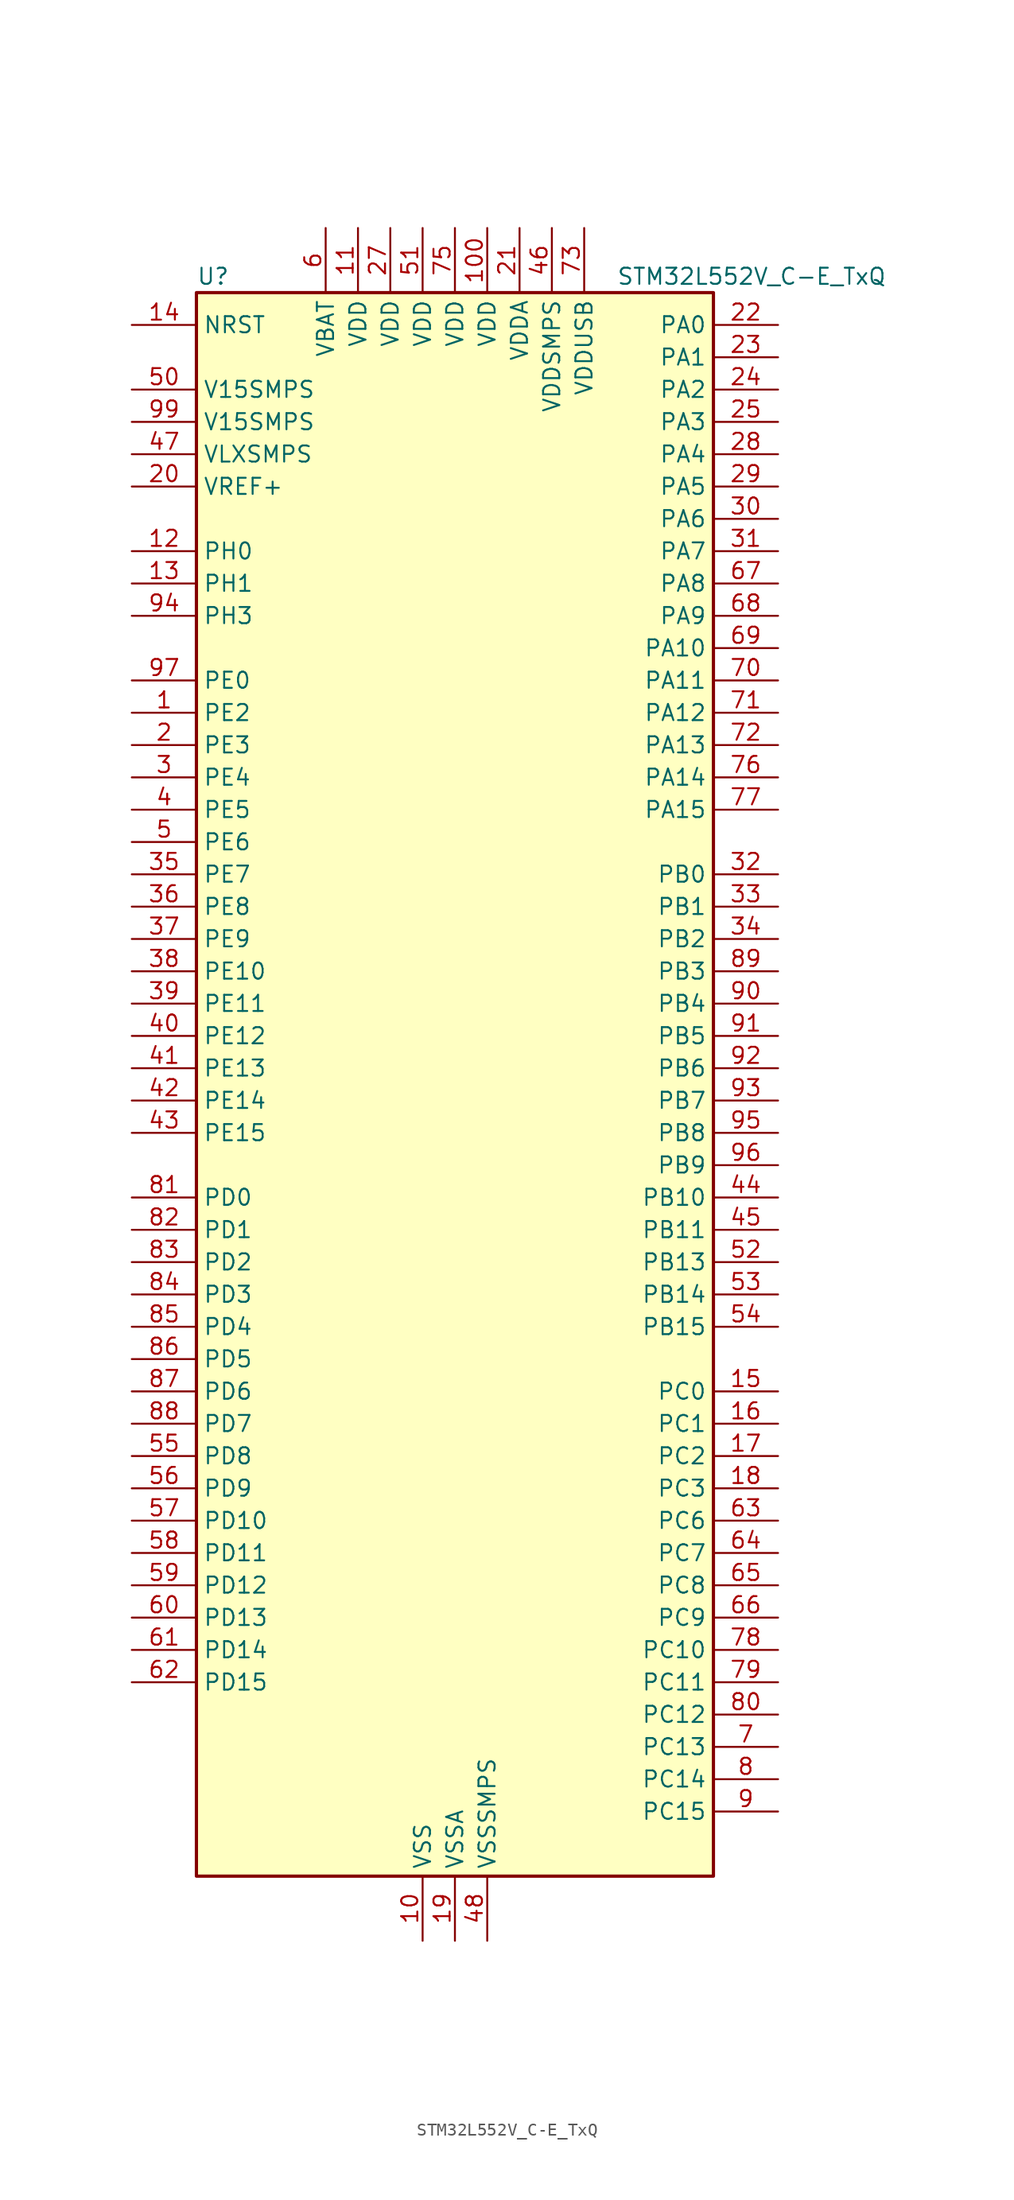
<source format=kicad_sym>
(kicad_symbol_lib
  (version 20231120)
  (generator "kicad_symbol_editor")
  (generator_version "8.0")
  (symbol "STM32L552V_C-E_TxQ"
    (property "Reference" "U"
      (at -20.32 64.77 0)
      (effects (font (size 1.27 1.27)) (justify left)))
    (property "Value" "STM32L552V_C-E_TxQ"
      (at 12.7 64.77 0)
      (effects (font (size 1.27 1.27)) (justify left)))
    (property "ki_locked" ""
      (at 0 0 0)
      (effects (font (size 1.27 1.27))))
    (symbol "STM32L552V_C-E_TxQ_0_1"
      (rectangle (start -20.32 -60.96) (end 20.32 63.5) (stroke (width 0.254) (type default)) (fill (type background))))
    (symbol "STM32L552V_C-E_TxQ_1_1"
      (pin bidirectional line (at -25.4 30.48 0) (length 5.08) (name "PE2" (effects (font (size 1.27 1.27)))) (number "1" (effects (font (size 1.27 1.27)))) (alternate "DEBUG_TRACECLK" bidirectional line) (alternate "FMC_A23" bidirectional line) (alternate "SAI1_CK1" bidirectional line) (alternate "SAI1_MCLK_A" bidirectional line) (alternate "TIM3_ETR" bidirectional line) (alternate "TSC_G7_IO1" bidirectional line))
      (pin power_in line (at -2.54 -66.04 90) (length 5.08) (name "VSS" (effects (font (size 1.27 1.27)))) (number "10" (effects (font (size 1.27 1.27)))))
      (pin power_in line (at 2.54 68.58 270) (length 5.08) (name "VDD" (effects (font (size 1.27 1.27)))) (number "100" (effects (font (size 1.27 1.27)))))
      (pin power_in line (at -7.62 68.58 270) (length 5.08) (name "VDD" (effects (font (size 1.27 1.27)))) (number "11" (effects (font (size 1.27 1.27)))))
      (pin bidirectional line (at -25.4 43.18 0) (length 5.08) (name "PH0" (effects (font (size 1.27 1.27)))) (number "12" (effects (font (size 1.27 1.27)))) (alternate "RCC_OSC_IN" bidirectional line))
      (pin bidirectional line (at -25.4 40.64 0) (length 5.08) (name "PH1" (effects (font (size 1.27 1.27)))) (number "13" (effects (font (size 1.27 1.27)))) (alternate "RCC_OSC_OUT" bidirectional line))
      (pin input line (at -25.4 60.96 0) (length 5.08) (name "NRST" (effects (font (size 1.27 1.27)))) (number "14" (effects (font (size 1.27 1.27)))))
      (pin bidirectional line (at 25.4 -22.86 180) (length 5.08) (name "PC0" (effects (font (size 1.27 1.27)))) (number "15" (effects (font (size 1.27 1.27)))) (alternate "ADC1_IN1" bidirectional line) (alternate "ADC2_IN1" bidirectional line) (alternate "I2C3_SCL" bidirectional line) (alternate "LPTIM1_IN1" bidirectional line) (alternate "LPTIM2_IN1" bidirectional line) (alternate "LPUART1_RX" bidirectional line) (alternate "OCTOSPI1_IO7" bidirectional line) (alternate "SAI2_FS_A" bidirectional line) (alternate "SDMMC1_D5" bidirectional line))
      (pin bidirectional line (at 25.4 -25.4 180) (length 5.08) (name "PC1" (effects (font (size 1.27 1.27)))) (number "16" (effects (font (size 1.27 1.27)))) (alternate "ADC1_IN2" bidirectional line) (alternate "ADC2_IN2" bidirectional line) (alternate "DEBUG_TRACED0" bidirectional line) (alternate "I2C3_SDA" bidirectional line) (alternate "LPTIM1_OUT" bidirectional line) (alternate "LPUART1_TX" bidirectional line) (alternate "OCTOSPI1_IO4" bidirectional line) (alternate "SAI1_SD_A" bidirectional line) (alternate "SPI2_MOSI" bidirectional line))
      (pin bidirectional line (at 25.4 -27.94 180) (length 5.08) (name "PC2" (effects (font (size 1.27 1.27)))) (number "17" (effects (font (size 1.27 1.27)))) (alternate "ADC1_IN3" bidirectional line) (alternate "ADC2_IN3" bidirectional line) (alternate "DFSDM1_CKOUT" bidirectional line) (alternate "LPTIM1_IN2" bidirectional line) (alternate "OCTOSPI1_IO5" bidirectional line) (alternate "SPI2_MISO" bidirectional line))
      (pin bidirectional line (at 25.4 -30.48 180) (length 5.08) (name "PC3" (effects (font (size 1.27 1.27)))) (number "18" (effects (font (size 1.27 1.27)))) (alternate "ADC1_IN4" bidirectional line) (alternate "ADC2_IN4" bidirectional line) (alternate "LPTIM1_ETR" bidirectional line) (alternate "LPTIM2_ETR" bidirectional line) (alternate "LPTIM3_OUT" bidirectional line) (alternate "OCTOSPI1_IO6" bidirectional line) (alternate "SAI1_D1" bidirectional line) (alternate "SAI1_SD_A" bidirectional line) (alternate "SPI2_MOSI" bidirectional line))
      (pin power_in line (at 0 -66.04 90) (length 5.08) (name "VSSA" (effects (font (size 1.27 1.27)))) (number "19" (effects (font (size 1.27 1.27)))))
      (pin bidirectional line (at -25.4 27.94 0) (length 5.08) (name "PE3" (effects (font (size 1.27 1.27)))) (number "2" (effects (font (size 1.27 1.27)))) (alternate "DEBUG_TRACED0" bidirectional line) (alternate "FMC_A19" bidirectional line) (alternate "OCTOSPI1_DQS" bidirectional line) (alternate "SAI1_SD_B" bidirectional line) (alternate "TIM3_CH1" bidirectional line) (alternate "TSC_G7_IO2" bidirectional line))
      (pin input line (at -25.4 48.26 0) (length 5.08) (name "VREF+" (effects (font (size 1.27 1.27)))) (number "20" (effects (font (size 1.27 1.27)))) (alternate "VREFBUF_OUT" bidirectional line))
      (pin power_in line (at 5.08 68.58 270) (length 5.08) (name "VDDA" (effects (font (size 1.27 1.27)))) (number "21" (effects (font (size 1.27 1.27)))))
      (pin bidirectional line (at 25.4 60.96 180) (length 5.08) (name "PA0" (effects (font (size 1.27 1.27)))) (number "22" (effects (font (size 1.27 1.27)))) (alternate "ADC1_IN5" bidirectional line) (alternate "ADC2_IN5" bidirectional line) (alternate "OPAMP1_VINP" bidirectional line) (alternate "PWR_WKUP1" bidirectional line) (alternate "SAI1_EXTCLK" bidirectional line) (alternate "TAMP_IN2" bidirectional line) (alternate "TAMP_OUT1" bidirectional line) (alternate "TIM2_CH1" bidirectional line) (alternate "TIM2_ETR" bidirectional line) (alternate "TIM5_CH1" bidirectional line) (alternate "TIM8_ETR" bidirectional line) (alternate "UART4_TX" bidirectional line) (alternate "USART2_CTS" bidirectional line) (alternate "USART2_NSS" bidirectional line))
      (pin bidirectional line (at 25.4 58.42 180) (length 5.08) (name "PA1" (effects (font (size 1.27 1.27)))) (number "23" (effects (font (size 1.27 1.27)))) (alternate "ADC1_IN6" bidirectional line) (alternate "ADC2_IN6" bidirectional line) (alternate "I2C1_SMBA" bidirectional line) (alternate "OCTOSPI1_DQS" bidirectional line) (alternate "OPAMP1_VINM" bidirectional line) (alternate "SPI1_SCK" bidirectional line) (alternate "TAMP_IN5" bidirectional line) (alternate "TAMP_OUT4" bidirectional line) (alternate "TIM15_CH1N" bidirectional line) (alternate "TIM2_CH2" bidirectional line) (alternate "TIM5_CH2" bidirectional line) (alternate "UART4_RX" bidirectional line) (alternate "USART2_DE" bidirectional line) (alternate "USART2_RTS" bidirectional line))
      (pin bidirectional line (at 25.4 55.88 180) (length 5.08) (name "PA2" (effects (font (size 1.27 1.27)))) (number "24" (effects (font (size 1.27 1.27)))) (alternate "ADC1_IN7" bidirectional line) (alternate "ADC2_IN7" bidirectional line) (alternate "COMP1_INP" bidirectional line) (alternate "LPUART1_TX" bidirectional line) (alternate "OCTOSPI1_NCS" bidirectional line) (alternate "PWR_WKUP4" bidirectional line) (alternate "RCC_LSCO" bidirectional line) (alternate "SAI2_EXTCLK" bidirectional line) (alternate "TIM15_CH1" bidirectional line) (alternate "TIM2_CH3" bidirectional line) (alternate "TIM5_CH3" bidirectional line) (alternate "UCPD1_FRSTX1" bidirectional line) (alternate "USART2_TX" bidirectional line))
      (pin bidirectional line (at 25.4 53.34 180) (length 5.08) (name "PA3" (effects (font (size 1.27 1.27)))) (number "25" (effects (font (size 1.27 1.27)))) (alternate "ADC1_IN8" bidirectional line) (alternate "ADC2_IN8" bidirectional line) (alternate "LPUART1_RX" bidirectional line) (alternate "OCTOSPI1_CLK" bidirectional line) (alternate "OPAMP1_VOUT" bidirectional line) (alternate "SAI1_CK1" bidirectional line) (alternate "SAI1_MCLK_A" bidirectional line) (alternate "TIM15_CH2" bidirectional line) (alternate "TIM2_CH4" bidirectional line) (alternate "TIM5_CH4" bidirectional line) (alternate "USART2_RX" bidirectional line))
      (pin passive line (at -2.54 -66.04 90) (length 5.08) hide (name "VSS" (effects (font (size 1.27 1.27)))) (number "26" (effects (font (size 1.27 1.27)))))
      (pin power_in line (at -5.08 68.58 270) (length 5.08) (name "VDD" (effects (font (size 1.27 1.27)))) (number "27" (effects (font (size 1.27 1.27)))))
      (pin bidirectional line (at 25.4 50.8 180) (length 5.08) (name "PA4" (effects (font (size 1.27 1.27)))) (number "28" (effects (font (size 1.27 1.27)))) (alternate "ADC1_IN9" bidirectional line) (alternate "ADC2_IN9" bidirectional line) (alternate "DAC1_OUT1" bidirectional line) (alternate "LPTIM2_OUT" bidirectional line) (alternate "OCTOSPI1_NCS" bidirectional line) (alternate "SAI1_FS_B" bidirectional line) (alternate "SPI1_NSS" bidirectional line) (alternate "SPI3_NSS" bidirectional line) (alternate "USART2_CK" bidirectional line))
      (pin bidirectional line (at 25.4 48.26 180) (length 5.08) (name "PA5" (effects (font (size 1.27 1.27)))) (number "29" (effects (font (size 1.27 1.27)))) (alternate "ADC1_IN10" bidirectional line) (alternate "ADC2_IN10" bidirectional line) (alternate "DAC1_OUT2" bidirectional line) (alternate "LPTIM2_ETR" bidirectional line) (alternate "SPI1_SCK" bidirectional line) (alternate "TIM2_CH1" bidirectional line) (alternate "TIM2_ETR" bidirectional line) (alternate "TIM8_CH1N" bidirectional line))
      (pin bidirectional line (at -25.4 25.4 0) (length 5.08) (name "PE4" (effects (font (size 1.27 1.27)))) (number "3" (effects (font (size 1.27 1.27)))) (alternate "DEBUG_TRACED1" bidirectional line) (alternate "DFSDM1_DATIN3" bidirectional line) (alternate "FMC_A20" bidirectional line) (alternate "SAI1_D2" bidirectional line) (alternate "SAI1_FS_A" bidirectional line) (alternate "TIM3_CH2" bidirectional line) (alternate "TSC_G7_IO3" bidirectional line))
      (pin bidirectional line (at 25.4 45.72 180) (length 5.08) (name "PA6" (effects (font (size 1.27 1.27)))) (number "30" (effects (font (size 1.27 1.27)))) (alternate "ADC1_IN11" bidirectional line) (alternate "ADC2_IN11" bidirectional line) (alternate "LPUART1_CTS" bidirectional line) (alternate "OCTOSPI1_IO3" bidirectional line) (alternate "OPAMP2_VINP" bidirectional line) (alternate "SPI1_MISO" bidirectional line) (alternate "TIM16_CH1" bidirectional line) (alternate "TIM1_BKIN" bidirectional line) (alternate "TIM3_CH1" bidirectional line) (alternate "TIM8_BKIN" bidirectional line) (alternate "USART3_CTS" bidirectional line) (alternate "USART3_NSS" bidirectional line))
      (pin bidirectional line (at 25.4 43.18 180) (length 5.08) (name "PA7" (effects (font (size 1.27 1.27)))) (number "31" (effects (font (size 1.27 1.27)))) (alternate "ADC1_IN12" bidirectional line) (alternate "ADC2_IN12" bidirectional line) (alternate "I2C3_SCL" bidirectional line) (alternate "OCTOSPI1_IO2" bidirectional line) (alternate "OPAMP2_VINM" bidirectional line) (alternate "SPI1_MOSI" bidirectional line) (alternate "TIM17_CH1" bidirectional line) (alternate "TIM1_CH1N" bidirectional line) (alternate "TIM3_CH2" bidirectional line) (alternate "TIM8_CH1N" bidirectional line))
      (pin bidirectional line (at 25.4 17.78 180) (length 5.08) (name "PB0" (effects (font (size 1.27 1.27)))) (number "32" (effects (font (size 1.27 1.27)))) (alternate "ADC1_IN15" bidirectional line) (alternate "ADC2_IN15" bidirectional line) (alternate "COMP1_OUT" bidirectional line) (alternate "OCTOSPI1_IO1" bidirectional line) (alternate "OPAMP2_VOUT" bidirectional line) (alternate "SAI1_EXTCLK" bidirectional line) (alternate "SPI1_NSS" bidirectional line) (alternate "TIM1_CH2N" bidirectional line) (alternate "TIM3_CH3" bidirectional line) (alternate "TIM8_CH2N" bidirectional line) (alternate "USART3_CK" bidirectional line))
      (pin bidirectional line (at 25.4 15.24 180) (length 5.08) (name "PB1" (effects (font (size 1.27 1.27)))) (number "33" (effects (font (size 1.27 1.27)))) (alternate "ADC1_IN16" bidirectional line) (alternate "ADC2_IN16" bidirectional line) (alternate "COMP1_INM" bidirectional line) (alternate "DFSDM1_DATIN0" bidirectional line) (alternate "LPTIM2_IN1" bidirectional line) (alternate "LPUART1_DE" bidirectional line) (alternate "LPUART1_RTS" bidirectional line) (alternate "OCTOSPI1_IO0" bidirectional line) (alternate "TIM1_CH3N" bidirectional line) (alternate "TIM3_CH4" bidirectional line) (alternate "TIM8_CH3N" bidirectional line) (alternate "USART3_DE" bidirectional line) (alternate "USART3_RTS" bidirectional line))
      (pin bidirectional line (at 25.4 12.7 180) (length 5.08) (name "PB2" (effects (font (size 1.27 1.27)))) (number "34" (effects (font (size 1.27 1.27)))) (alternate "COMP1_INP" bidirectional line) (alternate "DFSDM1_CKIN0" bidirectional line) (alternate "I2C3_SMBA" bidirectional line) (alternate "LPTIM1_OUT" bidirectional line) (alternate "OCTOSPI1_DQS" bidirectional line) (alternate "RTC_OUT2" bidirectional line) (alternate "UCPD1_FRSTX1" bidirectional line))
      (pin bidirectional line (at -25.4 17.78 0) (length 5.08) (name "PE7" (effects (font (size 1.27 1.27)))) (number "35" (effects (font (size 1.27 1.27)))) (alternate "DFSDM1_DATIN2" bidirectional line) (alternate "FMC_D4" bidirectional line) (alternate "FMC_DA4" bidirectional line) (alternate "SAI1_SD_B" bidirectional line) (alternate "TIM1_ETR" bidirectional line))
      (pin bidirectional line (at -25.4 15.24 0) (length 5.08) (name "PE8" (effects (font (size 1.27 1.27)))) (number "36" (effects (font (size 1.27 1.27)))) (alternate "DFSDM1_CKIN2" bidirectional line) (alternate "FMC_D5" bidirectional line) (alternate "FMC_DA5" bidirectional line) (alternate "SAI1_SCK_B" bidirectional line) (alternate "TIM1_CH1N" bidirectional line))
      (pin bidirectional line (at -25.4 12.7 0) (length 5.08) (name "PE9" (effects (font (size 1.27 1.27)))) (number "37" (effects (font (size 1.27 1.27)))) (alternate "DAC1_EXTI9" bidirectional line) (alternate "DFSDM1_CKOUT" bidirectional line) (alternate "FMC_D6" bidirectional line) (alternate "FMC_DA6" bidirectional line) (alternate "OCTOSPI1_NCLK" bidirectional line) (alternate "SAI1_FS_B" bidirectional line) (alternate "TIM1_CH1" bidirectional line))
      (pin bidirectional line (at -25.4 10.16 0) (length 5.08) (name "PE10" (effects (font (size 1.27 1.27)))) (number "38" (effects (font (size 1.27 1.27)))) (alternate "FMC_D7" bidirectional line) (alternate "FMC_DA7" bidirectional line) (alternate "OCTOSPI1_CLK" bidirectional line) (alternate "SAI1_MCLK_B" bidirectional line) (alternate "TIM1_CH2N" bidirectional line) (alternate "TSC_G5_IO1" bidirectional line))
      (pin bidirectional line (at -25.4 7.62 0) (length 5.08) (name "PE11" (effects (font (size 1.27 1.27)))) (number "39" (effects (font (size 1.27 1.27)))) (alternate "ADC1_EXTI11" bidirectional line) (alternate "ADC2_EXTI11" bidirectional line) (alternate "FMC_D8" bidirectional line) (alternate "FMC_DA8" bidirectional line) (alternate "OCTOSPI1_NCS" bidirectional line) (alternate "TIM1_CH2" bidirectional line) (alternate "TSC_G5_IO2" bidirectional line))
      (pin bidirectional line (at -25.4 22.86 0) (length 5.08) (name "PE5" (effects (font (size 1.27 1.27)))) (number "4" (effects (font (size 1.27 1.27)))) (alternate "DEBUG_TRACED2" bidirectional line) (alternate "DFSDM1_CKIN3" bidirectional line) (alternate "FMC_A21" bidirectional line) (alternate "SAI1_CK2" bidirectional line) (alternate "SAI1_SCK_A" bidirectional line) (alternate "TIM3_CH3" bidirectional line) (alternate "TSC_G7_IO4" bidirectional line))
      (pin bidirectional line (at -25.4 5.08 0) (length 5.08) (name "PE12" (effects (font (size 1.27 1.27)))) (number "40" (effects (font (size 1.27 1.27)))) (alternate "FMC_D9" bidirectional line) (alternate "FMC_DA9" bidirectional line) (alternate "OCTOSPI1_IO0" bidirectional line) (alternate "SPI1_NSS" bidirectional line) (alternate "TIM1_CH3N" bidirectional line) (alternate "TSC_G5_IO3" bidirectional line))
      (pin bidirectional line (at -25.4 2.54 0) (length 5.08) (name "PE13" (effects (font (size 1.27 1.27)))) (number "41" (effects (font (size 1.27 1.27)))) (alternate "FMC_D10" bidirectional line) (alternate "FMC_DA10" bidirectional line) (alternate "OCTOSPI1_IO1" bidirectional line) (alternate "SPI1_SCK" bidirectional line) (alternate "TIM1_CH3" bidirectional line) (alternate "TSC_G5_IO4" bidirectional line))
      (pin bidirectional line (at -25.4 0 0) (length 5.08) (name "PE14" (effects (font (size 1.27 1.27)))) (number "42" (effects (font (size 1.27 1.27)))) (alternate "FMC_D11" bidirectional line) (alternate "FMC_DA11" bidirectional line) (alternate "OCTOSPI1_IO2" bidirectional line) (alternate "SPI1_MISO" bidirectional line) (alternate "TIM1_BKIN2" bidirectional line) (alternate "TIM1_CH4" bidirectional line))
      (pin bidirectional line (at -25.4 -2.54 0) (length 5.08) (name "PE15" (effects (font (size 1.27 1.27)))) (number "43" (effects (font (size 1.27 1.27)))) (alternate "ADC1_EXTI15" bidirectional line) (alternate "ADC2_EXTI15" bidirectional line) (alternate "FMC_D12" bidirectional line) (alternate "FMC_DA12" bidirectional line) (alternate "OCTOSPI1_IO3" bidirectional line) (alternate "SPI1_MOSI" bidirectional line) (alternate "TIM1_BKIN" bidirectional line))
      (pin bidirectional line (at 25.4 -7.62 180) (length 5.08) (name "PB10" (effects (font (size 1.27 1.27)))) (number "44" (effects (font (size 1.27 1.27)))) (alternate "COMP1_OUT" bidirectional line) (alternate "I2C2_SCL" bidirectional line) (alternate "I2C4_SCL" bidirectional line) (alternate "LPTIM3_OUT" bidirectional line) (alternate "LPUART1_RX" bidirectional line) (alternate "OCTOSPI1_CLK" bidirectional line) (alternate "SAI1_SCK_A" bidirectional line) (alternate "SPI2_SCK" bidirectional line) (alternate "TIM2_CH3" bidirectional line) (alternate "TSC_SYNC" bidirectional line) (alternate "USART3_TX" bidirectional line))
      (pin bidirectional line (at 25.4 -10.16 180) (length 5.08) (name "PB11" (effects (font (size 1.27 1.27)))) (number "45" (effects (font (size 1.27 1.27)))) (alternate "ADC1_EXTI11" bidirectional line) (alternate "ADC2_EXTI11" bidirectional line) (alternate "COMP2_OUT" bidirectional line) (alternate "I2C2_SDA" bidirectional line) (alternate "I2C4_SDA" bidirectional line) (alternate "LPUART1_TX" bidirectional line) (alternate "OCTOSPI1_NCS" bidirectional line) (alternate "TIM2_CH4" bidirectional line) (alternate "USART3_RX" bidirectional line))
      (pin power_in line (at 7.62 68.58 270) (length 5.08) (name "VDDSMPS" (effects (font (size 1.27 1.27)))) (number "46" (effects (font (size 1.27 1.27)))))
      (pin power_in line (at -25.4 50.8 0) (length 5.08) (name "VLXSMPS" (effects (font (size 1.27 1.27)))) (number "47" (effects (font (size 1.27 1.27)))))
      (pin power_in line (at 2.54 -66.04 90) (length 5.08) (name "VSSSMPS" (effects (font (size 1.27 1.27)))) (number "48" (effects (font (size 1.27 1.27)))))
      (pin passive line (at -2.54 -66.04 90) (length 5.08) hide (name "VSS" (effects (font (size 1.27 1.27)))) (number "49" (effects (font (size 1.27 1.27)))))
      (pin bidirectional line (at -25.4 20.32 0) (length 5.08) (name "PE6" (effects (font (size 1.27 1.27)))) (number "5" (effects (font (size 1.27 1.27)))) (alternate "DEBUG_TRACED3" bidirectional line) (alternate "FMC_A22" bidirectional line) (alternate "PWR_WKUP3" bidirectional line) (alternate "SAI1_D1" bidirectional line) (alternate "SAI1_SD_A" bidirectional line) (alternate "TAMP_IN3" bidirectional line) (alternate "TAMP_OUT6" bidirectional line) (alternate "TIM3_CH4" bidirectional line))
      (pin power_in line (at -25.4 55.88 0) (length 5.08) (name "V15SMPS" (effects (font (size 1.27 1.27)))) (number "50" (effects (font (size 1.27 1.27)))))
      (pin power_in line (at -2.54 68.58 270) (length 5.08) (name "VDD" (effects (font (size 1.27 1.27)))) (number "51" (effects (font (size 1.27 1.27)))))
      (pin bidirectional line (at 25.4 -12.7 180) (length 5.08) (name "PB13" (effects (font (size 1.27 1.27)))) (number "52" (effects (font (size 1.27 1.27)))) (alternate "DFSDM1_CKIN1" bidirectional line) (alternate "I2C2_SCL" bidirectional line) (alternate "LPTIM3_IN1" bidirectional line) (alternate "LPUART1_CTS" bidirectional line) (alternate "SAI2_SCK_A" bidirectional line) (alternate "SPI2_SCK" bidirectional line) (alternate "TIM15_CH1N" bidirectional line) (alternate "TIM1_CH1N" bidirectional line) (alternate "TSC_G1_IO2" bidirectional line) (alternate "UCPD1_FRSTX2" bidirectional line) (alternate "USART3_CTS" bidirectional line) (alternate "USART3_NSS" bidirectional line))
      (pin bidirectional line (at 25.4 -15.24 180) (length 5.08) (name "PB14" (effects (font (size 1.27 1.27)))) (number "53" (effects (font (size 1.27 1.27)))) (alternate "DFSDM1_DATIN2" bidirectional line) (alternate "I2C2_SDA" bidirectional line) (alternate "LPTIM3_ETR" bidirectional line) (alternate "SAI2_MCLK_A" bidirectional line) (alternate "SPI2_MISO" bidirectional line) (alternate "TIM15_CH1" bidirectional line) (alternate "TIM1_CH2N" bidirectional line) (alternate "TIM8_CH2N" bidirectional line) (alternate "TSC_G1_IO3" bidirectional line) (alternate "UCPD1_DBCC2" bidirectional line) (alternate "USART3_DE" bidirectional line) (alternate "USART3_RTS" bidirectional line))
      (pin bidirectional line (at 25.4 -17.78 180) (length 5.08) (name "PB15" (effects (font (size 1.27 1.27)))) (number "54" (effects (font (size 1.27 1.27)))) (alternate "ADC1_EXTI15" bidirectional line) (alternate "ADC2_EXTI15" bidirectional line) (alternate "DFSDM1_CKIN2" bidirectional line) (alternate "RTC_REFIN" bidirectional line) (alternate "SAI2_SD_A" bidirectional line) (alternate "SPI2_MOSI" bidirectional line) (alternate "TIM15_CH2" bidirectional line) (alternate "TIM1_CH3N" bidirectional line) (alternate "TIM8_CH3N" bidirectional line) (alternate "UCPD1_CC2" bidirectional line))
      (pin bidirectional line (at -25.4 -27.94 0) (length 5.08) (name "PD8" (effects (font (size 1.27 1.27)))) (number "55" (effects (font (size 1.27 1.27)))) (alternate "FMC_D13" bidirectional line) (alternate "FMC_DA13" bidirectional line) (alternate "USART3_TX" bidirectional line))
      (pin bidirectional line (at -25.4 -30.48 0) (length 5.08) (name "PD9" (effects (font (size 1.27 1.27)))) (number "56" (effects (font (size 1.27 1.27)))) (alternate "DAC1_EXTI9" bidirectional line) (alternate "FMC_D14" bidirectional line) (alternate "FMC_DA14" bidirectional line) (alternate "SAI2_MCLK_A" bidirectional line) (alternate "USART3_RX" bidirectional line))
      (pin bidirectional line (at -25.4 -33.02 0) (length 5.08) (name "PD10" (effects (font (size 1.27 1.27)))) (number "57" (effects (font (size 1.27 1.27)))) (alternate "FMC_D15" bidirectional line) (alternate "FMC_DA15" bidirectional line) (alternate "SAI2_SCK_A" bidirectional line) (alternate "TSC_G6_IO1" bidirectional line) (alternate "USART3_CK" bidirectional line))
      (pin bidirectional line (at -25.4 -35.56 0) (length 5.08) (name "PD11" (effects (font (size 1.27 1.27)))) (number "58" (effects (font (size 1.27 1.27)))) (alternate "ADC1_EXTI11" bidirectional line) (alternate "ADC2_EXTI11" bidirectional line) (alternate "FMC_A16" bidirectional line) (alternate "FMC_CLE" bidirectional line) (alternate "I2C4_SMBA" bidirectional line) (alternate "LPTIM2_ETR" bidirectional line) (alternate "SAI2_SD_A" bidirectional line) (alternate "TSC_G6_IO2" bidirectional line) (alternate "USART3_CTS" bidirectional line) (alternate "USART3_NSS" bidirectional line))
      (pin bidirectional line (at -25.4 -38.1 0) (length 5.08) (name "PD12" (effects (font (size 1.27 1.27)))) (number "59" (effects (font (size 1.27 1.27)))) (alternate "FMC_A17" bidirectional line) (alternate "FMC_ALE" bidirectional line) (alternate "I2C4_SCL" bidirectional line) (alternate "LPTIM2_IN1" bidirectional line) (alternate "SAI2_FS_A" bidirectional line) (alternate "TIM4_CH1" bidirectional line) (alternate "TSC_G6_IO3" bidirectional line) (alternate "USART3_DE" bidirectional line) (alternate "USART3_RTS" bidirectional line))
      (pin power_in line (at -10.16 68.58 270) (length 5.08) (name "VBAT" (effects (font (size 1.27 1.27)))) (number "6" (effects (font (size 1.27 1.27)))))
      (pin bidirectional line (at -25.4 -40.64 0) (length 5.08) (name "PD13" (effects (font (size 1.27 1.27)))) (number "60" (effects (font (size 1.27 1.27)))) (alternate "FMC_A18" bidirectional line) (alternate "I2C4_SDA" bidirectional line) (alternate "LPTIM2_OUT" bidirectional line) (alternate "TIM4_CH2" bidirectional line) (alternate "TSC_G6_IO4" bidirectional line))
      (pin bidirectional line (at -25.4 -43.18 0) (length 5.08) (name "PD14" (effects (font (size 1.27 1.27)))) (number "61" (effects (font (size 1.27 1.27)))) (alternate "FMC_D0" bidirectional line) (alternate "FMC_DA0" bidirectional line) (alternate "TIM4_CH3" bidirectional line))
      (pin bidirectional line (at -25.4 -45.72 0) (length 5.08) (name "PD15" (effects (font (size 1.27 1.27)))) (number "62" (effects (font (size 1.27 1.27)))) (alternate "ADC1_EXTI15" bidirectional line) (alternate "ADC2_EXTI15" bidirectional line) (alternate "FMC_D1" bidirectional line) (alternate "FMC_DA1" bidirectional line) (alternate "TIM4_CH4" bidirectional line))
      (pin bidirectional line (at 25.4 -33.02 180) (length 5.08) (name "PC6" (effects (font (size 1.27 1.27)))) (number "63" (effects (font (size 1.27 1.27)))) (alternate "DFSDM1_CKIN3" bidirectional line) (alternate "SAI2_MCLK_A" bidirectional line) (alternate "SDMMC1_D0DIR" bidirectional line) (alternate "SDMMC1_D6" bidirectional line) (alternate "TIM3_CH1" bidirectional line) (alternate "TIM8_CH1" bidirectional line) (alternate "TSC_G4_IO1" bidirectional line))
      (pin bidirectional line (at 25.4 -35.56 180) (length 5.08) (name "PC7" (effects (font (size 1.27 1.27)))) (number "64" (effects (font (size 1.27 1.27)))) (alternate "DFSDM1_DATIN3" bidirectional line) (alternate "SAI2_MCLK_B" bidirectional line) (alternate "SDMMC1_D123DIR" bidirectional line) (alternate "SDMMC1_D7" bidirectional line) (alternate "TIM3_CH2" bidirectional line) (alternate "TIM8_CH2" bidirectional line) (alternate "TSC_G4_IO2" bidirectional line))
      (pin bidirectional line (at 25.4 -38.1 180) (length 5.08) (name "PC8" (effects (font (size 1.27 1.27)))) (number "65" (effects (font (size 1.27 1.27)))) (alternate "SDMMC1_D0" bidirectional line) (alternate "TIM3_CH3" bidirectional line) (alternate "TIM8_CH3" bidirectional line) (alternate "TSC_G4_IO3" bidirectional line))
      (pin bidirectional line (at 25.4 -40.64 180) (length 5.08) (name "PC9" (effects (font (size 1.27 1.27)))) (number "66" (effects (font (size 1.27 1.27)))) (alternate "DAC1_EXTI9" bidirectional line) (alternate "DEBUG_TRACED0" bidirectional line) (alternate "SAI2_EXTCLK" bidirectional line) (alternate "SDMMC1_D1" bidirectional line) (alternate "TIM3_CH4" bidirectional line) (alternate "TIM8_BKIN2" bidirectional line) (alternate "TIM8_CH4" bidirectional line) (alternate "TSC_G4_IO4" bidirectional line) (alternate "USB_NOE" bidirectional line))
      (pin bidirectional line (at 25.4 40.64 180) (length 5.08) (name "PA8" (effects (font (size 1.27 1.27)))) (number "67" (effects (font (size 1.27 1.27)))) (alternate "LPTIM2_OUT" bidirectional line) (alternate "RCC_MCO" bidirectional line) (alternate "SAI1_CK2" bidirectional line) (alternate "SAI1_SCK_A" bidirectional line) (alternate "TIM1_CH1" bidirectional line) (alternate "USART1_CK" bidirectional line))
      (pin bidirectional line (at 25.4 38.1 180) (length 5.08) (name "PA9" (effects (font (size 1.27 1.27)))) (number "68" (effects (font (size 1.27 1.27)))) (alternate "DAC1_EXTI9" bidirectional line) (alternate "SAI1_FS_A" bidirectional line) (alternate "SPI2_SCK" bidirectional line) (alternate "TIM15_BKIN" bidirectional line) (alternate "TIM1_CH2" bidirectional line) (alternate "USART1_TX" bidirectional line))
      (pin bidirectional line (at 25.4 35.56 180) (length 5.08) (name "PA10" (effects (font (size 1.27 1.27)))) (number "69" (effects (font (size 1.27 1.27)))) (alternate "CRS_SYNC" bidirectional line) (alternate "SAI1_D1" bidirectional line) (alternate "SAI1_SD_A" bidirectional line) (alternate "TIM17_BKIN" bidirectional line) (alternate "TIM1_CH3" bidirectional line) (alternate "USART1_RX" bidirectional line))
      (pin bidirectional line (at 25.4 -50.8 180) (length 5.08) (name "PC13" (effects (font (size 1.27 1.27)))) (number "7" (effects (font (size 1.27 1.27)))) (alternate "PWR_WKUP2" bidirectional line) (alternate "RTC_OUT1" bidirectional line) (alternate "RTC_TS" bidirectional line) (alternate "TAMP_IN1" bidirectional line) (alternate "TAMP_OUT2" bidirectional line))
      (pin bidirectional line (at 25.4 33.02 180) (length 5.08) (name "PA11" (effects (font (size 1.27 1.27)))) (number "70" (effects (font (size 1.27 1.27)))) (alternate "ADC1_EXTI11" bidirectional line) (alternate "ADC2_EXTI11" bidirectional line) (alternate "FDCAN1_RX" bidirectional line) (alternate "SPI1_MISO" bidirectional line) (alternate "TIM1_BKIN2" bidirectional line) (alternate "TIM1_CH4" bidirectional line) (alternate "USART1_CTS" bidirectional line) (alternate "USART1_NSS" bidirectional line) (alternate "USB_DM" bidirectional line))
      (pin bidirectional line (at 25.4 30.48 180) (length 5.08) (name "PA12" (effects (font (size 1.27 1.27)))) (number "71" (effects (font (size 1.27 1.27)))) (alternate "FDCAN1_TX" bidirectional line) (alternate "SPI1_MOSI" bidirectional line) (alternate "TIM1_ETR" bidirectional line) (alternate "USART1_DE" bidirectional line) (alternate "USART1_RTS" bidirectional line) (alternate "USB_DP" bidirectional line))
      (pin bidirectional line (at 25.4 27.94 180) (length 5.08) (name "PA13" (effects (font (size 1.27 1.27)))) (number "72" (effects (font (size 1.27 1.27)))) (alternate "DEBUG_JTMS-SWDIO" bidirectional line) (alternate "IR_OUT" bidirectional line) (alternate "SAI1_SD_B" bidirectional line) (alternate "USB_NOE" bidirectional line))
      (pin power_in line (at 10.16 68.58 270) (length 5.08) (name "VDDUSB" (effects (font (size 1.27 1.27)))) (number "73" (effects (font (size 1.27 1.27)))))
      (pin passive line (at -2.54 -66.04 90) (length 5.08) hide (name "VSS" (effects (font (size 1.27 1.27)))) (number "74" (effects (font (size 1.27 1.27)))))
      (pin power_in line (at 0 68.58 270) (length 5.08) (name "VDD" (effects (font (size 1.27 1.27)))) (number "75" (effects (font (size 1.27 1.27)))))
      (pin bidirectional line (at 25.4 25.4 180) (length 5.08) (name "PA14" (effects (font (size 1.27 1.27)))) (number "76" (effects (font (size 1.27 1.27)))) (alternate "DEBUG_JTCK-SWCLK" bidirectional line) (alternate "I2C1_SMBA" bidirectional line) (alternate "I2C4_SMBA" bidirectional line) (alternate "LPTIM1_OUT" bidirectional line) (alternate "SAI1_FS_B" bidirectional line))
      (pin bidirectional line (at 25.4 22.86 180) (length 5.08) (name "PA15" (effects (font (size 1.27 1.27)))) (number "77" (effects (font (size 1.27 1.27)))) (alternate "ADC1_EXTI15" bidirectional line) (alternate "ADC2_EXTI15" bidirectional line) (alternate "DEBUG_JTDI" bidirectional line) (alternate "SAI2_FS_B" bidirectional line) (alternate "SPI1_NSS" bidirectional line) (alternate "SPI3_NSS" bidirectional line) (alternate "TIM2_CH1" bidirectional line) (alternate "TIM2_ETR" bidirectional line) (alternate "UART4_DE" bidirectional line) (alternate "UART4_RTS" bidirectional line) (alternate "UCPD1_CC1" bidirectional line) (alternate "USART2_RX" bidirectional line) (alternate "USART3_DE" bidirectional line) (alternate "USART3_RTS" bidirectional line))
      (pin bidirectional line (at 25.4 -43.18 180) (length 5.08) (name "PC10" (effects (font (size 1.27 1.27)))) (number "78" (effects (font (size 1.27 1.27)))) (alternate "DEBUG_TRACED1" bidirectional line) (alternate "LPTIM3_ETR" bidirectional line) (alternate "SAI2_SCK_B" bidirectional line) (alternate "SDMMC1_D2" bidirectional line) (alternate "SPI3_SCK" bidirectional line) (alternate "TSC_G3_IO2" bidirectional line) (alternate "UART4_TX" bidirectional line) (alternate "USART3_TX" bidirectional line))
      (pin bidirectional line (at 25.4 -45.72 180) (length 5.08) (name "PC11" (effects (font (size 1.27 1.27)))) (number "79" (effects (font (size 1.27 1.27)))) (alternate "ADC1_EXTI11" bidirectional line) (alternate "ADC2_EXTI11" bidirectional line) (alternate "LPTIM3_IN1" bidirectional line) (alternate "OCTOSPI1_NCS" bidirectional line) (alternate "SAI2_MCLK_B" bidirectional line) (alternate "SDMMC1_D3" bidirectional line) (alternate "SPI3_MISO" bidirectional line) (alternate "TSC_G3_IO3" bidirectional line) (alternate "UART4_RX" bidirectional line) (alternate "UCPD1_FRSTX2" bidirectional line) (alternate "USART3_RX" bidirectional line))
      (pin bidirectional line (at 25.4 -53.34 180) (length 5.08) (name "PC14" (effects (font (size 1.27 1.27)))) (number "8" (effects (font (size 1.27 1.27)))) (alternate "RCC_OSC32_IN" bidirectional line))
      (pin bidirectional line (at 25.4 -48.26 180) (length 5.08) (name "PC12" (effects (font (size 1.27 1.27)))) (number "80" (effects (font (size 1.27 1.27)))) (alternate "DEBUG_TRACED3" bidirectional line) (alternate "SAI2_SD_B" bidirectional line) (alternate "SDMMC1_CK" bidirectional line) (alternate "SPI3_MOSI" bidirectional line) (alternate "TSC_G3_IO4" bidirectional line) (alternate "UART5_TX" bidirectional line) (alternate "USART3_CK" bidirectional line))
      (pin bidirectional line (at -25.4 -7.62 0) (length 5.08) (name "PD0" (effects (font (size 1.27 1.27)))) (number "81" (effects (font (size 1.27 1.27)))) (alternate "FDCAN1_RX" bidirectional line) (alternate "FMC_D2" bidirectional line) (alternate "FMC_DA2" bidirectional line) (alternate "SPI2_NSS" bidirectional line))
      (pin bidirectional line (at -25.4 -10.16 0) (length 5.08) (name "PD1" (effects (font (size 1.27 1.27)))) (number "82" (effects (font (size 1.27 1.27)))) (alternate "FDCAN1_TX" bidirectional line) (alternate "FMC_D3" bidirectional line) (alternate "FMC_DA3" bidirectional line) (alternate "SPI2_SCK" bidirectional line))
      (pin bidirectional line (at -25.4 -12.7 0) (length 5.08) (name "PD2" (effects (font (size 1.27 1.27)))) (number "83" (effects (font (size 1.27 1.27)))) (alternate "DEBUG_TRACED2" bidirectional line) (alternate "SDMMC1_CMD" bidirectional line) (alternate "TIM3_ETR" bidirectional line) (alternate "TSC_SYNC" bidirectional line) (alternate "UART5_RX" bidirectional line) (alternate "USART3_DE" bidirectional line) (alternate "USART3_RTS" bidirectional line))
      (pin bidirectional line (at -25.4 -15.24 0) (length 5.08) (name "PD3" (effects (font (size 1.27 1.27)))) (number "84" (effects (font (size 1.27 1.27)))) (alternate "DFSDM1_DATIN0" bidirectional line) (alternate "FMC_CLK" bidirectional line) (alternate "SPI2_MISO" bidirectional line) (alternate "SPI2_SCK" bidirectional line) (alternate "USART2_CTS" bidirectional line) (alternate "USART2_NSS" bidirectional line))
      (pin bidirectional line (at -25.4 -17.78 0) (length 5.08) (name "PD4" (effects (font (size 1.27 1.27)))) (number "85" (effects (font (size 1.27 1.27)))) (alternate "DFSDM1_CKIN0" bidirectional line) (alternate "FMC_NOE" bidirectional line) (alternate "OCTOSPI1_IO4" bidirectional line) (alternate "SPI2_MOSI" bidirectional line) (alternate "USART2_DE" bidirectional line) (alternate "USART2_RTS" bidirectional line))
      (pin bidirectional line (at -25.4 -20.32 0) (length 5.08) (name "PD5" (effects (font (size 1.27 1.27)))) (number "86" (effects (font (size 1.27 1.27)))) (alternate "FMC_NWE" bidirectional line) (alternate "OCTOSPI1_IO5" bidirectional line) (alternate "USART2_TX" bidirectional line))
      (pin bidirectional line (at -25.4 -22.86 0) (length 5.08) (name "PD6" (effects (font (size 1.27 1.27)))) (number "87" (effects (font (size 1.27 1.27)))) (alternate "DFSDM1_DATIN1" bidirectional line) (alternate "FMC_NWAIT" bidirectional line) (alternate "OCTOSPI1_IO6" bidirectional line) (alternate "SAI1_D1" bidirectional line) (alternate "SAI1_SD_A" bidirectional line) (alternate "SPI3_MOSI" bidirectional line) (alternate "USART2_RX" bidirectional line))
      (pin bidirectional line (at -25.4 -25.4 0) (length 5.08) (name "PD7" (effects (font (size 1.27 1.27)))) (number "88" (effects (font (size 1.27 1.27)))) (alternate "DFSDM1_CKIN1" bidirectional line) (alternate "FMC_NCE" bidirectional line) (alternate "FMC_NE1" bidirectional line) (alternate "OCTOSPI1_IO7" bidirectional line) (alternate "USART2_CK" bidirectional line))
      (pin bidirectional line (at 25.4 10.16 180) (length 5.08) (name "PB3" (effects (font (size 1.27 1.27)))) (number "89" (effects (font (size 1.27 1.27)))) (alternate "COMP2_INM" bidirectional line) (alternate "CRS_SYNC" bidirectional line) (alternate "DEBUG_JTDO-SWO" bidirectional line) (alternate "SAI1_SCK_B" bidirectional line) (alternate "SPI1_SCK" bidirectional line) (alternate "SPI3_SCK" bidirectional line) (alternate "TIM2_CH2" bidirectional line) (alternate "USART1_DE" bidirectional line) (alternate "USART1_RTS" bidirectional line))
      (pin bidirectional line (at 25.4 -55.88 180) (length 5.08) (name "PC15" (effects (font (size 1.27 1.27)))) (number "9" (effects (font (size 1.27 1.27)))) (alternate "ADC1_EXTI15" bidirectional line) (alternate "ADC2_EXTI15" bidirectional line) (alternate "RCC_OSC32_OUT" bidirectional line))
      (pin bidirectional line (at 25.4 7.62 180) (length 5.08) (name "PB4" (effects (font (size 1.27 1.27)))) (number "90" (effects (font (size 1.27 1.27)))) (alternate "COMP2_INP" bidirectional line) (alternate "DEBUG_JTRST" bidirectional line) (alternate "I2C3_SDA" bidirectional line) (alternate "SAI1_MCLK_B" bidirectional line) (alternate "SPI1_MISO" bidirectional line) (alternate "SPI3_MISO" bidirectional line) (alternate "TIM17_BKIN" bidirectional line) (alternate "TIM3_CH1" bidirectional line) (alternate "TSC_G2_IO1" bidirectional line) (alternate "UART5_DE" bidirectional line) (alternate "UART5_RTS" bidirectional line) (alternate "USART1_CTS" bidirectional line) (alternate "USART1_NSS" bidirectional line))
      (pin bidirectional line (at 25.4 5.08 180) (length 5.08) (name "PB5" (effects (font (size 1.27 1.27)))) (number "91" (effects (font (size 1.27 1.27)))) (alternate "COMP2_OUT" bidirectional line) (alternate "I2C1_SMBA" bidirectional line) (alternate "LPTIM1_IN1" bidirectional line) (alternate "OCTOSPI1_NCLK" bidirectional line) (alternate "SAI1_SD_B" bidirectional line) (alternate "SPI1_MOSI" bidirectional line) (alternate "SPI3_MOSI" bidirectional line) (alternate "TIM16_BKIN" bidirectional line) (alternate "TIM3_CH2" bidirectional line) (alternate "TSC_G2_IO2" bidirectional line) (alternate "UART5_CTS" bidirectional line) (alternate "UCPD1_DBCC1" bidirectional line) (alternate "USART1_CK" bidirectional line))
      (pin bidirectional line (at 25.4 2.54 180) (length 5.08) (name "PB6" (effects (font (size 1.27 1.27)))) (number "92" (effects (font (size 1.27 1.27)))) (alternate "COMP2_INP" bidirectional line) (alternate "I2C1_SCL" bidirectional line) (alternate "I2C4_SCL" bidirectional line) (alternate "LPTIM1_ETR" bidirectional line) (alternate "SAI1_FS_B" bidirectional line) (alternate "TIM16_CH1N" bidirectional line) (alternate "TIM4_CH1" bidirectional line) (alternate "TIM8_BKIN2" bidirectional line) (alternate "TSC_G2_IO3" bidirectional line) (alternate "USART1_TX" bidirectional line))
      (pin bidirectional line (at 25.4 0 180) (length 5.08) (name "PB7" (effects (font (size 1.27 1.27)))) (number "93" (effects (font (size 1.27 1.27)))) (alternate "COMP2_INM" bidirectional line) (alternate "FMC_NL" bidirectional line) (alternate "I2C1_SDA" bidirectional line) (alternate "I2C4_SDA" bidirectional line) (alternate "LPTIM1_IN2" bidirectional line) (alternate "PWR_PVD_IN" bidirectional line) (alternate "TIM17_CH1N" bidirectional line) (alternate "TIM4_CH2" bidirectional line) (alternate "TIM8_BKIN" bidirectional line) (alternate "TSC_G2_IO4" bidirectional line) (alternate "UART4_CTS" bidirectional line) (alternate "USART1_RX" bidirectional line))
      (pin bidirectional line (at -25.4 38.1 0) (length 5.08) (name "PH3" (effects (font (size 1.27 1.27)))) (number "94" (effects (font (size 1.27 1.27)))))
      (pin bidirectional line (at 25.4 -2.54 180) (length 5.08) (name "PB8" (effects (font (size 1.27 1.27)))) (number "95" (effects (font (size 1.27 1.27)))) (alternate "DFSDM1_CKOUT" bidirectional line) (alternate "FDCAN1_RX" bidirectional line) (alternate "I2C1_SCL" bidirectional line) (alternate "SAI1_CK1" bidirectional line) (alternate "SAI1_MCLK_A" bidirectional line) (alternate "SDMMC1_CKIN" bidirectional line) (alternate "SDMMC1_D4" bidirectional line) (alternate "TIM16_CH1" bidirectional line) (alternate "TIM4_CH3" bidirectional line))
      (pin bidirectional line (at 25.4 -5.08 180) (length 5.08) (name "PB9" (effects (font (size 1.27 1.27)))) (number "96" (effects (font (size 1.27 1.27)))) (alternate "DAC1_EXTI9" bidirectional line) (alternate "FDCAN1_TX" bidirectional line) (alternate "I2C1_SDA" bidirectional line) (alternate "IR_OUT" bidirectional line) (alternate "SAI1_D2" bidirectional line) (alternate "SAI1_FS_A" bidirectional line) (alternate "SDMMC1_CDIR" bidirectional line) (alternate "SDMMC1_D5" bidirectional line) (alternate "SPI2_NSS" bidirectional line) (alternate "TIM17_CH1" bidirectional line) (alternate "TIM4_CH4" bidirectional line))
      (pin bidirectional line (at -25.4 33.02 0) (length 5.08) (name "PE0" (effects (font (size 1.27 1.27)))) (number "97" (effects (font (size 1.27 1.27)))) (alternate "FMC_NBL0" bidirectional line) (alternate "TIM16_CH1" bidirectional line) (alternate "TIM4_ETR" bidirectional line))
      (pin passive line (at -2.54 -66.04 90) (length 5.08) hide (name "VSS" (effects (font (size 1.27 1.27)))) (number "98" (effects (font (size 1.27 1.27)))))
      (pin power_in line (at -25.4 53.34 0) (length 5.08) (name "V15SMPS" (effects (font (size 1.27 1.27)))) (number "99" (effects (font (size 1.27 1.27))))))))
</source>
